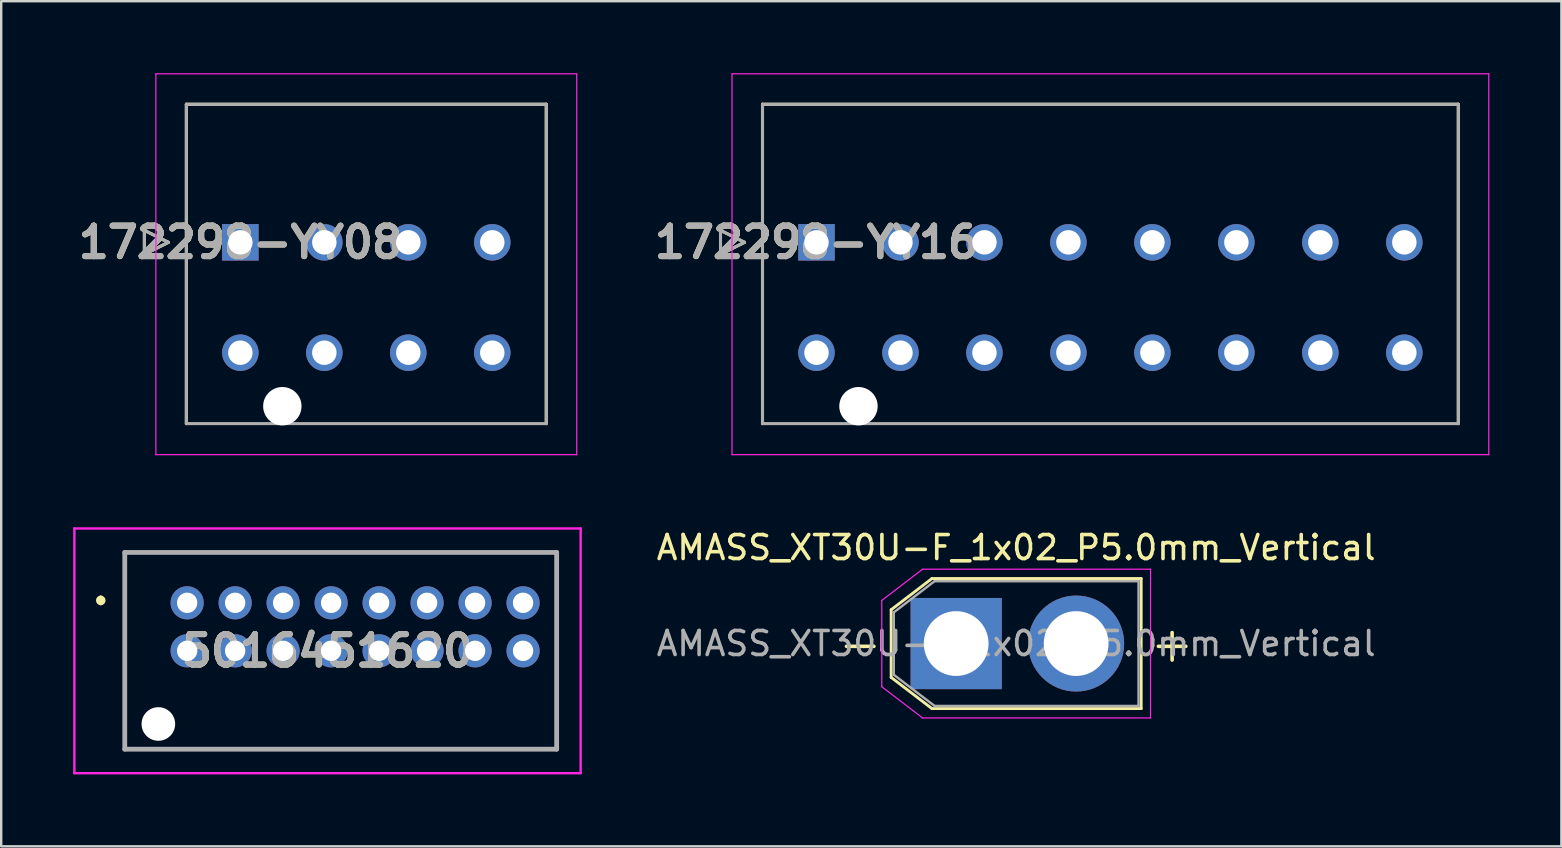
<source format=kicad_pcb>
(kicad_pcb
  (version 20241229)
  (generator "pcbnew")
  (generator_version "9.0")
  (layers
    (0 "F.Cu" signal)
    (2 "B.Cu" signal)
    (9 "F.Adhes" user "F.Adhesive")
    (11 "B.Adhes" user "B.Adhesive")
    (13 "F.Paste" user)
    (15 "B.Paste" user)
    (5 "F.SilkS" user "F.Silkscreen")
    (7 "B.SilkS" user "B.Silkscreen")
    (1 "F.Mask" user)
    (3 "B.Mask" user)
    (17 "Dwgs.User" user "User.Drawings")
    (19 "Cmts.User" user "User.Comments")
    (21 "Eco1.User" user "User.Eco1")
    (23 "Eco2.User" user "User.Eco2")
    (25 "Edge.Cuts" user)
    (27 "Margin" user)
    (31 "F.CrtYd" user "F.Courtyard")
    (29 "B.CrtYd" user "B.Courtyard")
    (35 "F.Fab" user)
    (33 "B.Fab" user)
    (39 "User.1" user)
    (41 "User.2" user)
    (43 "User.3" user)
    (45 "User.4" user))
  (footprint "172298-YY16"
    (layer "F.Cu")
    (at 30.979 7.05)
    (property "Reference" "172298-YY16" (at 0 0 0) (layer "F.SilkS") (effects (font (size 1.27 1.27) (thickness 0.254))))
    (attr through_hole)
    (fp_line (start -4 -0.5) (end -3 0) (stroke (width 0.127) (type solid)) (layer "F.SilkS"))
    (fp_line (start -4 0.5) (end -4 -0.5) (stroke (width 0.127) (type solid)) (layer "F.SilkS"))
    (fp_line (start -3 0) (end -4 0.5) (stroke (width 0.127) (type solid)) (layer "F.SilkS"))
    (fp_line (start -2.25 -5.755) (end 26.75 -5.755) (stroke (width 0.127) (type solid)) (layer "F.SilkS"))
    (fp_line (start -2.25 7.555) (end -2.25 -5.755) (stroke (width 0.127) (type solid)) (layer "F.SilkS"))
    (fp_line (start 26.75 -5.755) (end 26.75 7.555) (stroke (width 0.127) (type solid)) (layer "F.SilkS"))
    (fp_line (start -3.52 -7.025) (end 28.02 -7.025) (stroke (width 0.05) (type solid)) (layer "F.CrtYd"))
    (fp_line (start -3.52 8.849) (end -3.52 -7.025) (stroke (width 0.05) (type solid)) (layer "F.CrtYd"))
    (fp_line (start 28.02 -7.025) (end 28.02 8.849) (stroke (width 0.05) (type solid)) (layer "F.CrtYd"))
    (fp_line (start 28.02 8.849) (end -3.52 8.849) (stroke (width 0.05) (type solid)) (layer "F.CrtYd"))
    (fp_line (start -4 -0.5) (end -3 0) (stroke (width 0.127) (type solid)) (layer "F.Fab"))
    (fp_line (start -4 0.5) (end -4 -0.5) (stroke (width 0.127) (type solid)) (layer "F.Fab"))
    (fp_line (start -3 0) (end -4 0.5) (stroke (width 0.127) (type solid)) (layer "F.Fab"))
    (fp_line (start -2.25 -5.755) (end 26.75 -5.755) (stroke (width 0.127) (type solid)) (layer "F.Fab"))
    (fp_line (start -2.25 7.555) (end -2.25 -5.755) (stroke (width 0.127) (type solid)) (layer "F.Fab"))
    (fp_line (start 26.75 -5.755) (end 26.75 7.555) (stroke (width 0.127) (type solid)) (layer "F.Fab"))
    (fp_line (start 26.75 7.555) (end -2.25 7.555) (stroke (width 0.127) (type solid)) (layer "F.Fab"))
    (fp_text user "${REFERENCE}" (at 0 0 0) (layer "F.Fab") (effects (font (size 1.27 1.27) (thickness 0.254))))
    (pad "" np_thru_hole circle (at 1.75 6.83) (size 1.6 1.6) (drill 1.6) (layers "*.Cu" "*.Mask"))
    (pad "1" thru_hole rect (at 0 0) (size 1.52 1.52) (drill 1.02) (layers "*.Cu" "*.Mask"))
    (pad "2" thru_hole circle (at 3.5 0) (size 1.52 1.52) (drill 1.02) (layers "*.Cu" "*.Mask"))
    (pad "3" thru_hole circle (at 7 0) (size 1.52 1.52) (drill 1.02) (layers "*.Cu" "*.Mask"))
    (pad "4" thru_hole circle (at 10.5 0) (size 1.52 1.52) (drill 1.02) (layers "*.Cu" "*.Mask"))
    (pad "5" thru_hole circle (at 14 0) (size 1.52 1.52) (drill 1.02) (layers "*.Cu" "*.Mask"))
    (pad "6" thru_hole circle (at 17.5 0) (size 1.52 1.52) (drill 1.02) (layers "*.Cu" "*.Mask"))
    (pad "7" thru_hole circle (at 21 0) (size 1.52 1.52) (drill 1.02) (layers "*.Cu" "*.Mask"))
    (pad "8" thru_hole circle (at 24.5 0) (size 1.52 1.52) (drill 1.02) (layers "*.Cu" "*.Mask"))
    (pad "9" thru_hole circle (at 0 4.6) (size 1.52 1.52) (drill 1.02) (layers "*.Cu" "*.Mask"))
    (pad "10" thru_hole circle (at 3.5 4.6) (size 1.52 1.52) (drill 1.02) (layers "*.Cu" "*.Mask"))
    (pad "11" thru_hole circle (at 7 4.6) (size 1.52 1.52) (drill 1.02) (layers "*.Cu" "*.Mask"))
    (pad "12" thru_hole circle (at 10.5 4.6) (size 1.52 1.52) (drill 1.02) (layers "*.Cu" "*.Mask"))
    (pad "13" thru_hole circle (at 14 4.6) (size 1.52 1.52) (drill 1.02) (layers "*.Cu" "*.Mask"))
    (pad "14" thru_hole circle (at 17.5 4.6) (size 1.52 1.52) (drill 1.02) (layers "*.Cu" "*.Mask"))
    (pad "15" thru_hole circle (at 21 4.6) (size 1.52 1.52) (drill 1.02) (layers "*.Cu" "*.Mask"))
    (pad "16" thru_hole circle (at 24.5 4.6) (size 1.52 1.52) (drill 1.02) (layers "*.Cu" "*.Mask")))
  (footprint "172298-YY08"
    (layer "F.Cu")
    (at 6.967 7.05)
    (property "Reference" "172298-YY08" (at 0 0 0) (layer "F.SilkS") (effects (font (size 1.27 1.27) (thickness 0.254))))
    (attr through_hole)
    (fp_line (start -4 -0.5) (end -3 0) (stroke (width 0.127) (type solid)) (layer "F.SilkS"))
    (fp_line (start -4 0.5) (end -4 -0.5) (stroke (width 0.127) (type solid)) (layer "F.SilkS"))
    (fp_line (start -3 0) (end -4 0.5) (stroke (width 0.127) (type solid)) (layer "F.SilkS"))
    (fp_line (start -2.25 -5.755) (end 12.75 -5.755) (stroke (width 0.127) (type solid)) (layer "F.SilkS"))
    (fp_line (start -2.25 7.555) (end -2.25 -5.755) (stroke (width 0.127) (type solid)) (layer "F.SilkS"))
    (fp_line (start 12.75 -5.755) (end 12.75 7.555) (stroke (width 0.127) (type solid)) (layer "F.SilkS"))
    (fp_line (start -3.52 -7.025) (end 14.02 -7.025) (stroke (width 0.05) (type solid)) (layer "F.CrtYd"))
    (fp_line (start -3.52 8.849) (end -3.52 -7.025) (stroke (width 0.05) (type solid)) (layer "F.CrtYd"))
    (fp_line (start 14.02 -7.025) (end 14.02 8.849) (stroke (width 0.05) (type solid)) (layer "F.CrtYd"))
    (fp_line (start 14.02 8.849) (end -3.52 8.849) (stroke (width 0.05) (type solid)) (layer "F.CrtYd"))
    (fp_line (start -4 -0.5) (end -3 0) (stroke (width 0.127) (type solid)) (layer "F.Fab"))
    (fp_line (start -4 0.5) (end -4 -0.5) (stroke (width 0.127) (type solid)) (layer "F.Fab"))
    (fp_line (start -3 0) (end -4 0.5) (stroke (width 0.127) (type solid)) (layer "F.Fab"))
    (fp_line (start -2.25 -5.755) (end 12.75 -5.755) (stroke (width 0.127) (type solid)) (layer "F.Fab"))
    (fp_line (start -2.25 7.555) (end -2.25 -5.755) (stroke (width 0.127) (type solid)) (layer "F.Fab"))
    (fp_line (start 12.75 -5.755) (end 12.75 7.555) (stroke (width 0.127) (type solid)) (layer "F.Fab"))
    (fp_line (start 12.75 7.555) (end -2.25 7.555) (stroke (width 0.127) (type solid)) (layer "F.Fab"))
    (fp_text user "${REFERENCE}" (at 0 0 0) (layer "F.Fab") (effects (font (size 1.27 1.27) (thickness 0.254))))
    (pad "" np_thru_hole circle (at 1.75 6.83) (size 1.6 1.6) (drill 1.6) (layers "*.Cu" "*.Mask"))
    (pad "1" thru_hole rect (at 0 0) (size 1.52 1.52) (drill 1.02) (layers "*.Cu" "*.Mask"))
    (pad "2" thru_hole circle (at 3.5 0) (size 1.52 1.52) (drill 1.02) (layers "*.Cu" "*.Mask"))
    (pad "3" thru_hole circle (at 7 0) (size 1.52 1.52) (drill 1.02) (layers "*.Cu" "*.Mask"))
    (pad "4" thru_hole circle (at 10.5 0) (size 1.52 1.52) (drill 1.02) (layers "*.Cu" "*.Mask"))
    (pad "5" thru_hole circle (at 0 4.6) (size 1.52 1.52) (drill 1.02) (layers "*.Cu" "*.Mask"))
    (pad "6" thru_hole circle (at 3.5 4.6) (size 1.52 1.52) (drill 1.02) (layers "*.Cu" "*.Mask"))
    (pad "7" thru_hole circle (at 7 4.6) (size 1.52 1.52) (drill 1.02) (layers "*.Cu" "*.Mask"))
    (pad "8" thru_hole circle (at 10.5 4.6) (size 1.52 1.52) (drill 1.02) (layers "*.Cu" "*.Mask")))
  (footprint "5016451620"
    (layer "F.Cu")
    (at 10.6 24.074)
    (property "Reference" "5016451620" (at 0 0 0) (layer "F.SilkS") (effects (font (size 1.27 1.27) (thickness 0.254))))
    (attr through_hole)
    (fp_line (start -9.45 -2.2) (end -9.45 -2.2) (stroke (width 0.2) (type solid)) (layer "F.SilkS"))
    (fp_line (start -9.45 -2) (end -9.45 -2) (stroke (width 0.2) (type solid)) (layer "F.SilkS"))
    (fp_line (start -8.45 -4.1) (end 9.55 -4.1) (stroke (width 0.1) (type solid)) (layer "F.SilkS"))
    (fp_line (start -8.45 4.1) (end -8.45 -4.1) (stroke (width 0.1) (type solid)) (layer "F.SilkS"))
    (fp_line (start 9.55 -4.1) (end 9.55 4.1) (stroke (width 0.1) (type solid)) (layer "F.SilkS"))
    (fp_line (start 9.55 4.1) (end -8.45 4.1) (stroke (width 0.1) (type solid)) (layer "F.SilkS"))
    (fp_arc (start -9.45 -2.2) (mid -9.35 -2.1) (end -9.45 -2) (stroke (width 0.2) (type solid)) (layer "F.SilkS"))
    (fp_arc (start -9.45 -2) (mid -9.55 -2.1) (end -9.45 -2.2) (stroke (width 0.2) (type solid)) (layer "F.SilkS"))
    (fp_line (start -10.55 -5.1) (end 10.55 -5.1) (stroke (width 0.1) (type solid)) (layer "F.CrtYd"))
    (fp_line (start -10.55 5.1) (end -10.55 -5.1) (stroke (width 0.1) (type solid)) (layer "F.CrtYd"))
    (fp_line (start 10.55 -5.1) (end 10.55 5.1) (stroke (width 0.1) (type solid)) (layer "F.CrtYd"))
    (fp_line (start 10.55 5.1) (end -10.55 5.1) (stroke (width 0.1) (type solid)) (layer "F.CrtYd"))
    (fp_line (start -8.45 -4.1) (end 9.55 -4.1) (stroke (width 0.2) (type solid)) (layer "F.Fab"))
    (fp_line (start -8.45 4.1) (end -8.45 -4.1) (stroke (width 0.2) (type solid)) (layer "F.Fab"))
    (fp_line (start 9.55 -4.1) (end 9.55 4.1) (stroke (width 0.2) (type solid)) (layer "F.Fab"))
    (fp_line (start 9.55 4.1) (end -8.45 4.1) (stroke (width 0.2) (type solid)) (layer "F.Fab"))
    (fp_text user "${REFERENCE}" (at 0 0 0) (layer "F.Fab") (effects (font (size 1.27 1.27) (thickness 0.254))))
    (pad "" np_thru_hole circle (at -7.05 3.05) (size 1.4 1.4) (drill 1.4) (layers "*.Cu" "*.Mask"))
    (pad "1" thru_hole circle (at -5.85 -2) (size 1.381 1.381) (drill 0.85) (layers "*.Cu" "*.Mask"))
    (pad "2" thru_hole circle (at -5.85 0) (size 1.381 1.381) (drill 0.85) (layers "*.Cu" "*.Mask"))
    (pad "3" thru_hole circle (at -3.85 -2) (size 1.381 1.381) (drill 0.85) (layers "*.Cu" "*.Mask"))
    (pad "4" thru_hole circle (at -3.85 0) (size 1.381 1.381) (drill 0.85) (layers "*.Cu" "*.Mask"))
    (pad "5" thru_hole circle (at -1.85 -2) (size 1.381 1.381) (drill 0.85) (layers "*.Cu" "*.Mask"))
    (pad "6" thru_hole circle (at -1.85 0) (size 1.381 1.381) (drill 0.85) (layers "*.Cu" "*.Mask"))
    (pad "7" thru_hole circle (at 0.15 -2) (size 1.381 1.381) (drill 0.85) (layers "*.Cu" "*.Mask"))
    (pad "8" thru_hole circle (at 0.15 0) (size 1.381 1.381) (drill 0.85) (layers "*.Cu" "*.Mask"))
    (pad "9" thru_hole circle (at 2.15 -2) (size 1.381 1.381) (drill 0.85) (layers "*.Cu" "*.Mask"))
    (pad "10" thru_hole circle (at 2.15 0) (size 1.381 1.381) (drill 0.85) (layers "*.Cu" "*.Mask"))
    (pad "11" thru_hole circle (at 4.15 -2) (size 1.381 1.381) (drill 0.85) (layers "*.Cu" "*.Mask"))
    (pad "12" thru_hole circle (at 4.15 0) (size 1.381 1.381) (drill 0.85) (layers "*.Cu" "*.Mask"))
    (pad "13" thru_hole circle (at 6.15 -2) (size 1.381 1.381) (drill 0.85) (layers "*.Cu" "*.Mask"))
    (pad "14" thru_hole circle (at 6.15 0) (size 1.381 1.381) (drill 0.85) (layers "*.Cu" "*.Mask"))
    (pad "15" thru_hole circle (at 8.15 -2) (size 1.381 1.381) (drill 0.85) (layers "*.Cu" "*.Mask"))
    (pad "16" thru_hole circle (at 8.15 0) (size 1.381 1.381) (drill 0.85) (layers "*.Cu" "*.Mask")))
  (footprint "AMASS_XT30U-F_1x02_P5.0mm_Vertical"
    (layer "F.Cu")
    (at 36.801 23.772)
    (property "Reference" "AMASS_XT30U-F_1x02_P5.0mm_Vertical" (at 2.5 -4 0) (layer "F.SilkS") (effects (font (size 1 1) (thickness 0.15))))
    (attr through_hole)
    (fp_line (start -2.71 -1.41) (end -2.71 1.41) (stroke (width 0.12) (type solid)) (layer "F.SilkS"))
    (fp_line (start -2.71 -1.41) (end -1.01 -2.71) (stroke (width 0.12) (type solid)) (layer "F.SilkS"))
    (fp_line (start -2.71 1.41) (end -1.01 2.71) (stroke (width 0.12) (type solid)) (layer "F.SilkS"))
    (fp_line (start -1.01 -2.71) (end 7.71 -2.71) (stroke (width 0.12) (type solid)) (layer "F.SilkS"))
    (fp_line (start -1.01 2.71) (end 7.71 2.71) (stroke (width 0.12) (type solid)) (layer "F.SilkS"))
    (fp_line (start 7.71 -2.71) (end 7.71 2.71) (stroke (width 0.12) (type solid)) (layer "F.SilkS"))
    (fp_line (start -3.1 -1.8) (end -3.1 1.8) (stroke (width 0.05) (type solid)) (layer "F.CrtYd"))
    (fp_line (start -3.1 -1.8) (end -1.4 -3.1) (stroke (width 0.05) (type solid)) (layer "F.CrtYd"))
    (fp_line (start -3.1 1.8) (end -1.4 3.1) (stroke (width 0.05) (type solid)) (layer "F.CrtYd"))
    (fp_line (start -1.4 -3.1) (end 8.1 -3.1) (stroke (width 0.05) (type solid)) (layer "F.CrtYd"))
    (fp_line (start -1.4 3.1) (end 8.1 3.1) (stroke (width 0.05) (type solid)) (layer "F.CrtYd"))
    (fp_line (start 8.1 -3.1) (end 8.1 3.1) (stroke (width 0.05) (type solid)) (layer "F.CrtYd"))
    (fp_line (start -2.6 -1.3) (end -2.6 1.3) (stroke (width 0.1) (type solid)) (layer "F.Fab"))
    (fp_line (start -2.6 -1.3) (end -0.9 -2.6) (stroke (width 0.1) (type solid)) (layer "F.Fab"))
    (fp_line (start -2.6 1.3) (end -0.9 2.6) (stroke (width 0.1) (type solid)) (layer "F.Fab"))
    (fp_line (start -0.9 -2.6) (end 7.6 -2.6) (stroke (width 0.1) (type solid)) (layer "F.Fab"))
    (fp_line (start -0.9 2.6) (end 7.6 2.6) (stroke (width 0.1) (type solid)) (layer "F.Fab"))
    (fp_line (start 7.6 -2.6) (end 7.6 2.6) (stroke (width 0.1) (type solid)) (layer "F.Fab"))
    (fp_text user "-" (at -4 0 0) (layer "F.SilkS") (effects (font (size 1.5 1.5) (thickness 0.15))))
    (fp_text user "+" (at 9 0 0) (layer "F.SilkS") (effects (font (size 1.5 1.5) (thickness 0.15))))
    (fp_text user "${REFERENCE}" (at 2.5 0 0) (layer "F.Fab") (effects (font (size 1 1) (thickness 0.15))))
    (pad "1" thru_hole rect (at 0 0) (size 3.8 3.8) (drill 2.7) (layers "*.Cu" "*.Mask"))
    (pad "2" thru_hole circle (at 5 0) (size 4 4) (drill 2.7) (layers "*.Cu" "*.Mask")))
  (gr_rect
    (start -3 -3)
    (end 62.024 32.224)
    (stroke (width 0.1) (type default))
    (fill no)
    (layer "Edge.Cuts")))
</source>
